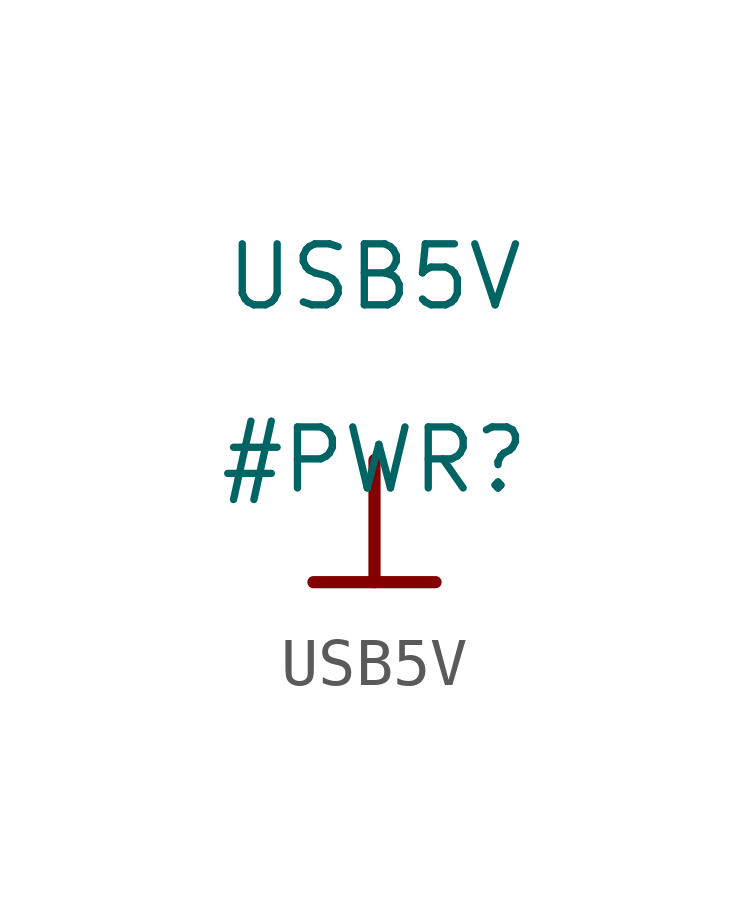
<source format=kicad_sym>
(kicad_symbol_lib
  (version 20211014)
  (generator kicad_symbol_editor)
  (symbol "USB5V"
    (power)
    (property "Reference" "#PWR"
      (at 0 0 0)
      (effects (font (size 1.27 1.27))))
    (property "Value" "USB5V"
      (at 0 3.81 0)
      (effects (font (size 1.27 1.27))))
    (symbol "USB5V_0_0"
      (polyline (pts (xy -1.27 -2.54) (xy 1.27 -2.54)) (stroke (width 0.254) (type default) (color 0 0 0 0)) (fill (type none)))
      (polyline (pts (xy 0 0) (xy 0 -2.54)) (stroke (width 0.254) (type default) (color 0 0 0 0)) (fill (type none)))
      (pin power_in line (at 0 0 0) (length 0) hide (name "USB5V" (effects (font (size 1.27 1.27)))) (number "" (effects (font (size 1.27 1.27))))))))
</source>
